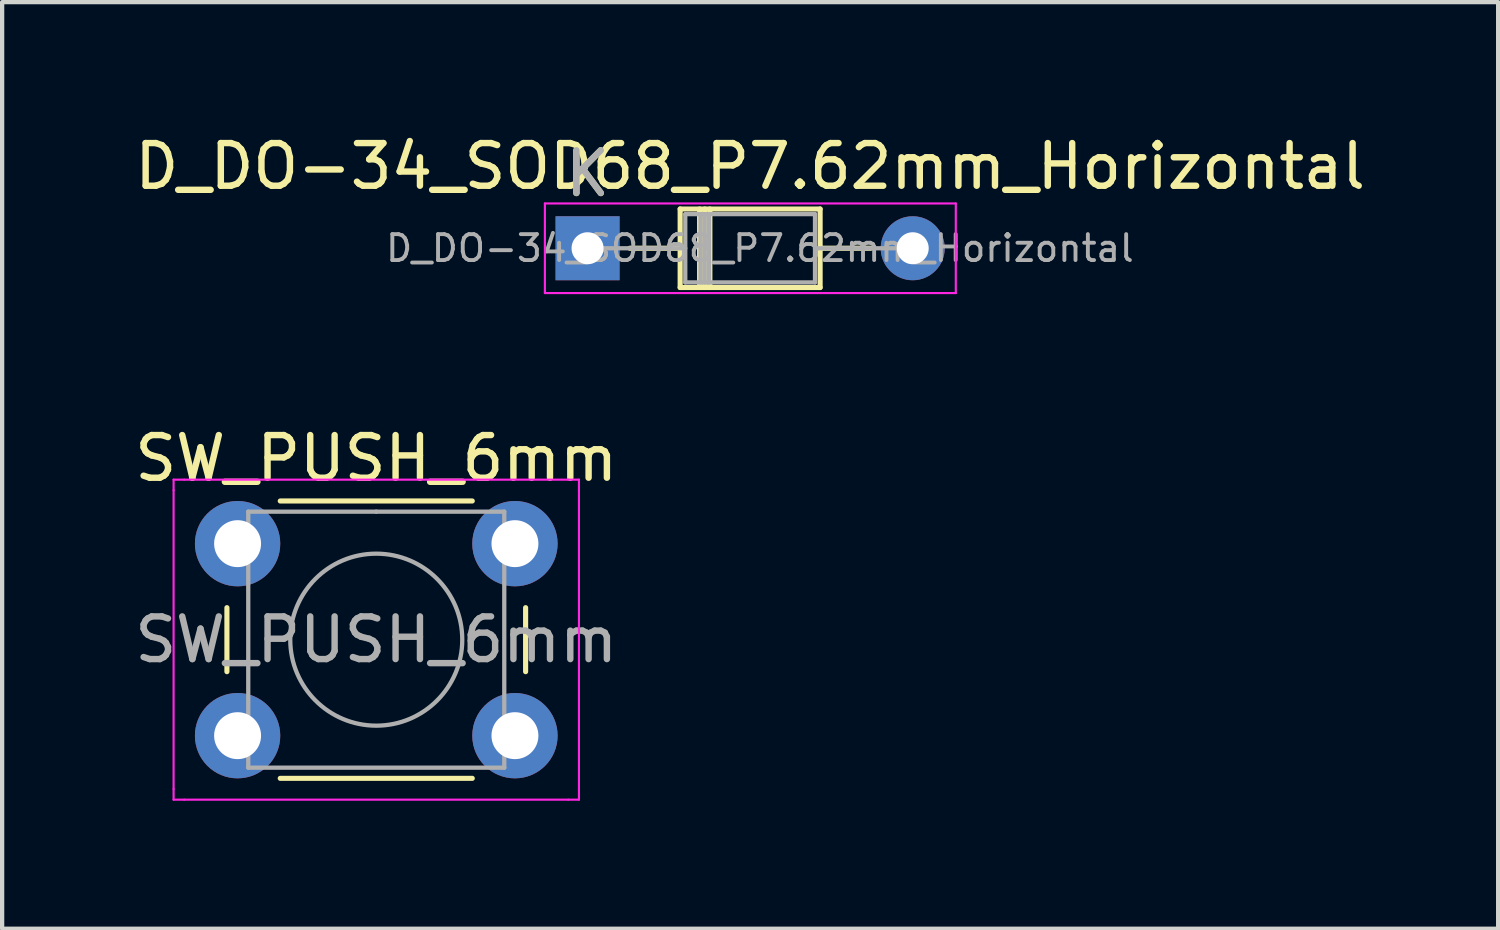
<source format=kicad_pcb>
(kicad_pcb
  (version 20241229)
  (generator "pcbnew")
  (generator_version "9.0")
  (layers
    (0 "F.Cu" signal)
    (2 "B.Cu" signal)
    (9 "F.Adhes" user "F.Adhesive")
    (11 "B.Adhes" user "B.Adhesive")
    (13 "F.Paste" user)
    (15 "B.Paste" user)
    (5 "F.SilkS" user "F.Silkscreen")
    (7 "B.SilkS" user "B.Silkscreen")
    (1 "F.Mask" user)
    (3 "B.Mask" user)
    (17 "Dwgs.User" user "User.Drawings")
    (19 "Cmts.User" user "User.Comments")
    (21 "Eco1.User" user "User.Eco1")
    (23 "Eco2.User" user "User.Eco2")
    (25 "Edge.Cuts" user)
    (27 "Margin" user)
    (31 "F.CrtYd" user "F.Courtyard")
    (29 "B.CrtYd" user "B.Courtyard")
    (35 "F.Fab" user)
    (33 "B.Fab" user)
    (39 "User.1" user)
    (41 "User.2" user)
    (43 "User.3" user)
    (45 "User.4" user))
  (footprint "SW_PUSH_6mm"
    (layer "F.Cu")
    (at 5.768 11.941)
    (property "Reference" "SW_PUSH_6mm" (at 0 -4.25 0) (layer "F.SilkS") (effects (font (size 1 1) (thickness 0.15))))
    (attr through_hole)
    (fp_line (start -3.5 -0.75) (end -3.5 0.75) (stroke (width 0.12) (type solid)) (layer "F.SilkS"))
    (fp_line (start -2.25 3.25) (end 2.25 3.25) (stroke (width 0.12) (type solid)) (layer "F.SilkS"))
    (fp_line (start 2.25 -3.25) (end -2.25 -3.25) (stroke (width 0.12) (type solid)) (layer "F.SilkS"))
    (fp_line (start 3.5 0.75) (end 3.5 -0.75) (stroke (width 0.12) (type solid)) (layer "F.SilkS"))
    (fp_line (start -4.75 -3.75) (end -4.5 -3.75) (stroke (width 0.05) (type solid)) (layer "F.CrtYd"))
    (fp_line (start -4.75 -3.5) (end -4.75 -3.75) (stroke (width 0.05) (type solid)) (layer "F.CrtYd"))
    (fp_line (start -4.75 3.5) (end -4.75 -3.5) (stroke (width 0.05) (type solid)) (layer "F.CrtYd"))
    (fp_line (start -4.75 3.5) (end -4.75 3.75) (stroke (width 0.05) (type solid)) (layer "F.CrtYd"))
    (fp_line (start -4.75 3.75) (end -4.5 3.75) (stroke (width 0.05) (type solid)) (layer "F.CrtYd"))
    (fp_line (start -4.5 -3.75) (end 4.5 -3.75) (stroke (width 0.05) (type solid)) (layer "F.CrtYd"))
    (fp_line (start 4.5 -3.75) (end 4.75 -3.75) (stroke (width 0.05) (type solid)) (layer "F.CrtYd"))
    (fp_line (start 4.5 3.75) (end -4.5 3.75) (stroke (width 0.05) (type solid)) (layer "F.CrtYd"))
    (fp_line (start 4.5 3.75) (end 4.75 3.75) (stroke (width 0.05) (type solid)) (layer "F.CrtYd"))
    (fp_line (start 4.75 -3.75) (end 4.75 -3.5) (stroke (width 0.05) (type solid)) (layer "F.CrtYd"))
    (fp_line (start 4.75 -3.5) (end 4.75 3.5) (stroke (width 0.05) (type solid)) (layer "F.CrtYd"))
    (fp_line (start 4.75 3.75) (end 4.75 3.5) (stroke (width 0.05) (type solid)) (layer "F.CrtYd"))
    (fp_line (start -3 -3) (end 0 -3) (stroke (width 0.1) (type solid)) (layer "F.Fab"))
    (fp_line (start -3 3) (end -3 -3) (stroke (width 0.1) (type solid)) (layer "F.Fab"))
    (fp_line (start 0 -3) (end 3 -3) (stroke (width 0.1) (type solid)) (layer "F.Fab"))
    (fp_line (start 3 -3) (end 3 3) (stroke (width 0.1) (type solid)) (layer "F.Fab"))
    (fp_line (start 3 3) (end -3 3) (stroke (width 0.1) (type solid)) (layer "F.Fab"))
    (fp_circle (center 0 0) (end -2 0.25) (stroke (width 0.1) (type solid)) (fill no) (layer "F.Fab"))
    (fp_text user "${REFERENCE}" (at 0 0 0) (layer "F.Fab") (effects (font (size 1 1) (thickness 0.15))))
    (pad "1" thru_hole circle (at -3.25 -2.25 90) (size 2 2) (drill 1.1) (layers "*.Cu" "*.Mask"))
    (pad "1" thru_hole circle (at 3.25 -2.25 90) (size 2 2) (drill 1.1) (layers "*.Cu" "*.Mask"))
    (pad "2" thru_hole circle (at -3.25 2.25 90) (size 2 2) (drill 1.1) (layers "*.Cu" "*.Mask"))
    (pad "2" thru_hole circle (at 3.25 2.25 90) (size 2 2) (drill 1.1) (layers "*.Cu" "*.Mask")))
  (footprint "D_DO-34_SOD68_P7.62mm_Horizontal"
    (layer "F.Cu")
    (at 10.72 2.768)
    (property "Reference" "D_DO-34_SOD68_P7.62mm_Horizontal" (at 3.81 -1.92 0) (layer "F.SilkS") (effects (font (size 1 1) (thickness 0.15))))
    (attr through_hole)
    (fp_line (start 0.99 0) (end 2.17 0) (stroke (width 0.12) (type solid)) (layer "F.SilkS"))
    (fp_line (start 2.17 -0.92) (end 2.17 0.92) (stroke (width 0.12) (type solid)) (layer "F.SilkS"))
    (fp_line (start 2.17 0.92) (end 5.45 0.92) (stroke (width 0.12) (type solid)) (layer "F.SilkS"))
    (fp_line (start 2.626 -0.92) (end 2.626 0.92) (stroke (width 0.12) (type solid)) (layer "F.SilkS"))
    (fp_line (start 2.746 -0.92) (end 2.746 0.92) (stroke (width 0.12) (type solid)) (layer "F.SilkS"))
    (fp_line (start 2.866 -0.92) (end 2.866 0.92) (stroke (width 0.12) (type solid)) (layer "F.SilkS"))
    (fp_line (start 5.45 -0.92) (end 2.17 -0.92) (stroke (width 0.12) (type solid)) (layer "F.SilkS"))
    (fp_line (start 5.45 0.92) (end 5.45 -0.92) (stroke (width 0.12) (type solid)) (layer "F.SilkS"))
    (fp_line (start 6.63 0) (end 5.45 0) (stroke (width 0.12) (type solid)) (layer "F.SilkS"))
    (fp_line (start -1 -1.05) (end -1 1.05) (stroke (width 0.05) (type solid)) (layer "F.CrtYd"))
    (fp_line (start -1 1.05) (end 8.63 1.05) (stroke (width 0.05) (type solid)) (layer "F.CrtYd"))
    (fp_line (start 8.63 -1.05) (end -1 -1.05) (stroke (width 0.05) (type solid)) (layer "F.CrtYd"))
    (fp_line (start 8.63 1.05) (end 8.63 -1.05) (stroke (width 0.05) (type solid)) (layer "F.CrtYd"))
    (fp_line (start 0 0) (end 2.29 0) (stroke (width 0.1) (type solid)) (layer "F.Fab"))
    (fp_line (start 2.29 -0.8) (end 2.29 0.8) (stroke (width 0.1) (type solid)) (layer "F.Fab"))
    (fp_line (start 2.29 0.8) (end 5.33 0.8) (stroke (width 0.1) (type solid)) (layer "F.Fab"))
    (fp_line (start 2.646 -0.8) (end 2.646 0.8) (stroke (width 0.1) (type solid)) (layer "F.Fab"))
    (fp_line (start 2.746 -0.8) (end 2.746 0.8) (stroke (width 0.1) (type solid)) (layer "F.Fab"))
    (fp_line (start 2.846 -0.8) (end 2.846 0.8) (stroke (width 0.1) (type solid)) (layer "F.Fab"))
    (fp_line (start 5.33 -0.8) (end 2.29 -0.8) (stroke (width 0.1) (type solid)) (layer "F.Fab"))
    (fp_line (start 5.33 0.8) (end 5.33 -0.8) (stroke (width 0.1) (type solid)) (layer "F.Fab"))
    (fp_line (start 7.62 0) (end 5.33 0) (stroke (width 0.1) (type solid)) (layer "F.Fab"))
    (fp_text user "K" (at 0 -1.75 0) (layer "F.SilkS") (effects (font (size 1 1) (thickness 0.15))))
    (fp_text user "K" (at 0 -1.75 0) (layer "F.Fab") (effects (font (size 1 1) (thickness 0.15))))
    (fp_text user "${REFERENCE}" (at 4.038 0 0) (layer "F.Fab") (effects (font (size 0.608 0.608) (thickness 0.091))))
    (pad "A" thru_hole oval (at 7.62 0) (size 1.5 1.5) (drill 0.75) (layers "*.Cu" "*.Mask"))
    (pad "K" thru_hole rect (at 0 0) (size 1.5 1.5) (drill 0.75) (layers "*.Cu" "*.Mask")))
  (gr_rect
    (start -3 -3)
    (end 32.06 18.716)
    (stroke (width 0.1) (type default))
    (fill no)
    (layer "Edge.Cuts")))
</source>
